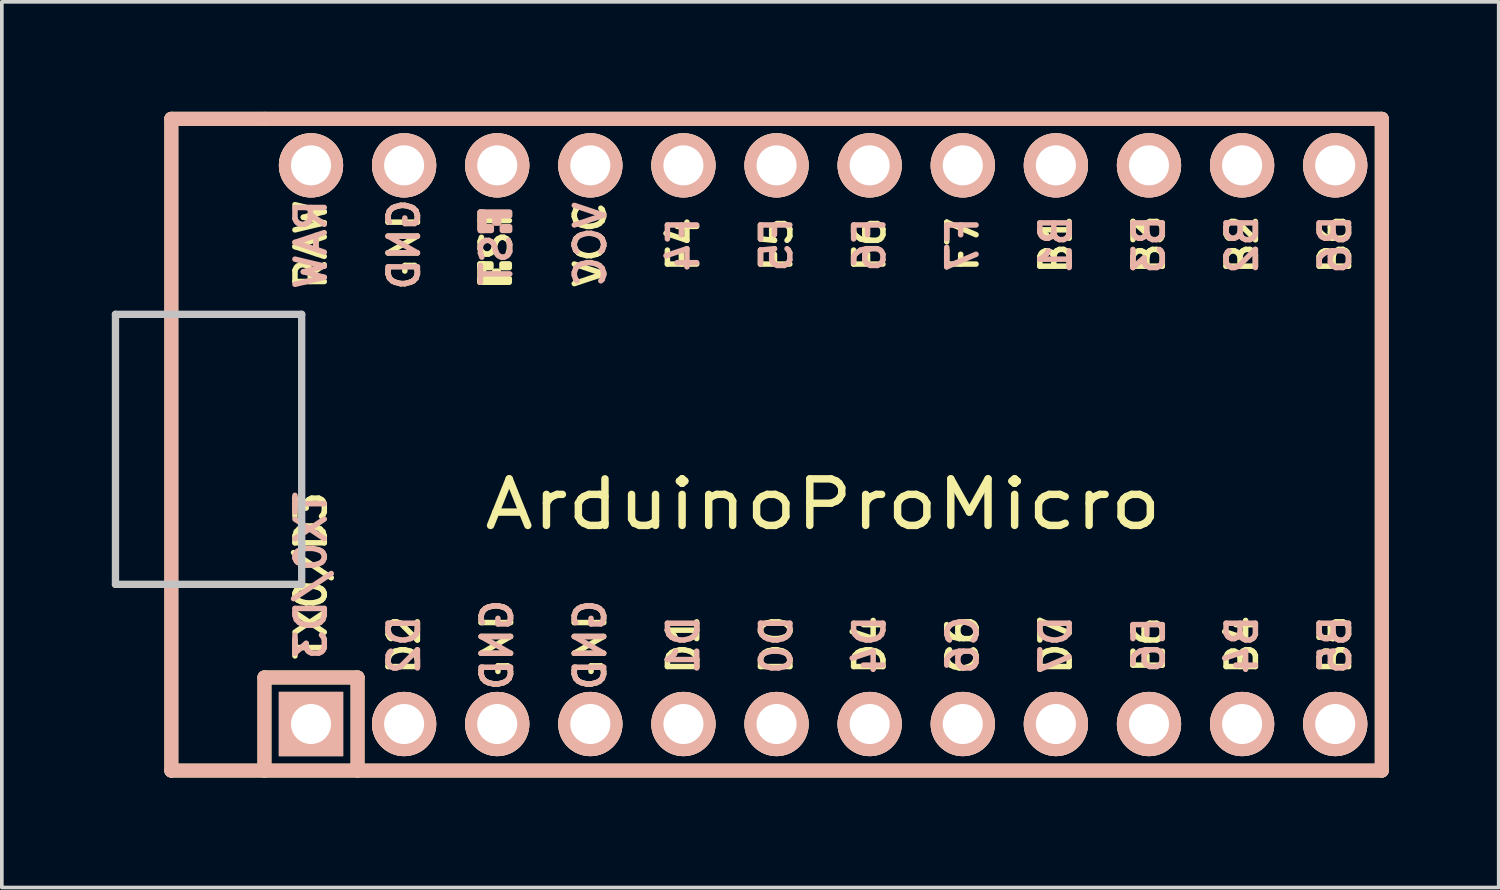
<source format=kicad_pcb>
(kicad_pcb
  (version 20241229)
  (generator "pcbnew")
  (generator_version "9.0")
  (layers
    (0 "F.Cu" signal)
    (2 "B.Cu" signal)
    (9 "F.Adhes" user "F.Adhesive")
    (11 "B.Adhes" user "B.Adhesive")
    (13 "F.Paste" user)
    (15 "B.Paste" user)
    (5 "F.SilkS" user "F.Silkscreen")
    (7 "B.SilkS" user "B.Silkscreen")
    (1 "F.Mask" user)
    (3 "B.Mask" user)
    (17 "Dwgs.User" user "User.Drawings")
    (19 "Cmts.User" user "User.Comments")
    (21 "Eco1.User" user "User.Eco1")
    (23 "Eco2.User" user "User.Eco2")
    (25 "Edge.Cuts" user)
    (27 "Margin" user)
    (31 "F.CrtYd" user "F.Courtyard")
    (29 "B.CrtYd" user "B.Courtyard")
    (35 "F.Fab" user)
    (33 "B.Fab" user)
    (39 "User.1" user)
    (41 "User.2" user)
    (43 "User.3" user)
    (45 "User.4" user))
  (footprint "ArduinoProMicro"
    (layer "F.Cu")
    (at 19.404 9.081)
    (property "Reference" "ArduinoProMicro" (at 0 1.625 0) (layer "F.SilkS") (effects (font (size 1.27 1.524) (thickness 0.203))))
    (attr through_hole)
    (fp_line (start -17.78 -8.89) (end -17.78 8.89) (stroke (width 0.381) (type solid)) (layer "F.SilkS"))
    (fp_line (start -17.78 8.89) (end -15.24 8.89) (stroke (width 0.381) (type solid)) (layer "F.SilkS"))
    (fp_line (start -15.24 -8.89) (end -17.78 -8.89) (stroke (width 0.381) (type solid)) (layer "F.SilkS"))
    (fp_line (start -15.24 6.35) (end -15.24 8.89) (stroke (width 0.381) (type solid)) (layer "F.SilkS"))
    (fp_line (start -15.24 6.35) (end -12.7 6.35) (stroke (width 0.381) (type solid)) (layer "F.SilkS"))
    (fp_line (start -15.24 8.89) (end 15.24 8.89) (stroke (width 0.381) (type solid)) (layer "F.SilkS"))
    (fp_line (start -12.7 6.35) (end -12.7 8.89) (stroke (width 0.381) (type solid)) (layer "F.SilkS"))
    (fp_line (start 15.24 -8.89) (end -15.24 -8.89) (stroke (width 0.381) (type solid)) (layer "F.SilkS"))
    (fp_line (start 15.24 8.89) (end 15.24 -8.89) (stroke (width 0.381) (type solid)) (layer "F.SilkS"))
    (fp_poly (pts (xy -9.361 -4.932) (xy -9.261 -4.932) (xy -9.261 -4.432) (xy -9.361 -4.432)) (stroke (width 0.15) (type solid)) (fill yes) (layer "F.SilkS"))
    (fp_poly (pts (xy -9.361 -4.932) (xy -9.061 -4.932) (xy -9.061 -4.832) (xy -9.361 -4.832)) (stroke (width 0.15) (type solid)) (fill yes) (layer "F.SilkS"))
    (fp_poly (pts (xy -9.361 -4.532) (xy -8.561 -4.532) (xy -8.561 -4.432) (xy -9.361 -4.432)) (stroke (width 0.15) (type solid)) (fill yes) (layer "F.SilkS"))
    (fp_poly (pts (xy -8.961 -4.732) (xy -8.861 -4.732) (xy -8.861 -4.632) (xy -8.961 -4.632)) (stroke (width 0.15) (type solid)) (fill yes) (layer "F.SilkS"))
    (fp_poly (pts (xy -8.761 -4.932) (xy -8.561 -4.932) (xy -8.561 -4.832) (xy -8.761 -4.832)) (stroke (width 0.15) (type solid)) (fill yes) (layer "F.SilkS"))
    (fp_line (start -17.78 -8.89) (end -17.78 8.89) (stroke (width 0.381) (type solid)) (layer "B.SilkS"))
    (fp_line (start -17.78 8.89) (end 15.24 8.89) (stroke (width 0.381) (type solid)) (layer "B.SilkS"))
    (fp_line (start -15.24 6.35) (end -15.24 8.89) (stroke (width 0.381) (type solid)) (layer "B.SilkS"))
    (fp_line (start -15.24 6.35) (end -12.7 6.35) (stroke (width 0.381) (type solid)) (layer "B.SilkS"))
    (fp_line (start -12.7 6.35) (end -12.7 8.89) (stroke (width 0.381) (type solid)) (layer "B.SilkS"))
    (fp_line (start 15.24 -8.89) (end -17.78 -8.89) (stroke (width 0.381) (type solid)) (layer "B.SilkS"))
    (fp_line (start 15.24 8.89) (end 15.24 -8.89) (stroke (width 0.381) (type solid)) (layer "B.SilkS"))
    (fp_poly (pts (xy -9.351 -6.245) (xy -8.551 -6.245) (xy -8.551 -6.345) (xy -9.351 -6.345)) (stroke (width 0.15) (type solid)) (fill yes) (layer "B.SilkS"))
    (fp_poly (pts (xy -9.351 -5.845) (xy -9.251 -5.845) (xy -9.251 -6.345) (xy -9.351 -6.345)) (stroke (width 0.15) (type solid)) (fill yes) (layer "B.SilkS"))
    (fp_poly (pts (xy -9.351 -5.845) (xy -9.051 -5.845) (xy -9.051 -5.945) (xy -9.351 -5.945)) (stroke (width 0.15) (type solid)) (fill yes) (layer "B.SilkS"))
    (fp_poly (pts (xy -8.951 -6.045) (xy -8.851 -6.045) (xy -8.851 -6.145) (xy -8.951 -6.145)) (stroke (width 0.15) (type solid)) (fill yes) (layer "B.SilkS"))
    (fp_poly (pts (xy -8.751 -5.845) (xy -8.551 -5.845) (xy -8.551 -5.945) (xy -8.751 -5.945)) (stroke (width 0.15) (type solid)) (fill yes) (layer "B.SilkS"))
    (fp_line (start -19.304 -3.556) (end -14.224 -3.556) (stroke (width 0.2) (type solid)) (layer "Dwgs.User"))
    (fp_line (start -19.304 3.81) (end -19.304 -3.556) (stroke (width 0.2) (type solid)) (layer "Dwgs.User"))
    (fp_line (start -14.224 -3.556) (end -14.224 3.81) (stroke (width 0.2) (type solid)) (layer "Dwgs.User"))
    (fp_line (start -14.224 3.81) (end -19.304 3.81) (stroke (width 0.2) (type solid)) (layer "Dwgs.User"))
    (fp_text user "D4" (at 1.27 5.461 90) (layer "F.SilkS") (effects (font (size 0.8 0.8) (thickness 0.15))))
    (fp_text user "F4" (at -3.81 -5.461 90) (layer "F.SilkS") (effects (font (size 0.8 0.8) (thickness 0.15))))
    (fp_text user "B4" (at 11.43 5.461 90) (layer "F.SilkS") (effects (font (size 0.8 0.8) (thickness 0.15))))
    (fp_text user "B5" (at 13.97 5.461 90) (layer "F.SilkS") (effects (font (size 0.8 0.8) (thickness 0.15))))
    (fp_text user "B2" (at 11.43 -5.461 90) (layer "F.SilkS") (effects (font (size 0.8 0.8) (thickness 0.15))))
    (fp_text user "D7" (at 6.35 5.461 90) (layer "F.SilkS") (effects (font (size 0.8 0.8) (thickness 0.15))))
    (fp_text user "B1" (at 6.35 -5.461 90) (layer "F.SilkS") (effects (font (size 0.8 0.8) (thickness 0.15))))
    (fp_text user "D2" (at -11.43 5.461 90) (layer "F.SilkS") (effects (font (size 0.8 0.8) (thickness 0.15))))
    (fp_text user "E6" (at 8.89 5.461 90) (layer "F.SilkS") (effects (font (size 0.8 0.8) (thickness 0.15))))
    (fp_text user "RAW" (at -13.97 -5.461 90) (layer "F.SilkS") (effects (font (size 0.8 0.8) (thickness 0.15))))
    (fp_text user "D1" (at -3.81 5.461 90) (layer "F.SilkS") (effects (font (size 0.8 0.8) (thickness 0.15))))
    (fp_text user "TX0/D3" (at -13.97 3.572 90) (layer "F.SilkS") (effects (font (size 0.8 0.8) (thickness 0.15))))
    (fp_text user "ST" (at -8.92 -5.733 90) (layer "F.SilkS") (effects (font (size 0.8 0.8) (thickness 0.15))))
    (fp_text user "D0" (at -1.27 5.461 90) (layer "F.SilkS") (effects (font (size 0.8 0.8) (thickness 0.15))))
    (fp_text user "GND" (at -6.35 5.461 90) (layer "F.SilkS") (effects (font (size 0.8 0.8) (thickness 0.15))))
    (fp_text user "C6" (at 3.81 5.461 90) (layer "F.SilkS") (effects (font (size 0.8 0.8) (thickness 0.15))))
    (fp_text user "F7" (at 3.81 -5.461 90) (layer "F.SilkS") (effects (font (size 0.8 0.8) (thickness 0.15))))
    (fp_text user "B6" (at 13.97 -5.461 90) (layer "F.SilkS") (effects (font (size 0.8 0.8) (thickness 0.15))))
    (fp_text user "B3" (at 8.89 -5.461 90) (layer "F.SilkS") (effects (font (size 0.8 0.8) (thickness 0.15))))
    (fp_text user "GND" (at -8.89 5.461 90) (layer "F.SilkS") (effects (font (size 0.8 0.8) (thickness 0.15))))
    (fp_text user "F5" (at -1.27 -5.461 90) (layer "F.SilkS") (effects (font (size 0.8 0.8) (thickness 0.15))))
    (fp_text user "VCC" (at -6.35 -5.461 90) (layer "F.SilkS") (effects (font (size 0.8 0.8) (thickness 0.15))))
    (fp_text user "F6" (at 1.27 -5.461 90) (layer "F.SilkS") (effects (font (size 0.8 0.8) (thickness 0.15))))
    (fp_text user "GND" (at -11.43 -5.461 90) (layer "F.SilkS") (effects (font (size 0.8 0.8) (thickness 0.15))))
    (fp_text user "F6" (at 1.27 -5.461 90) (layer "B.SilkS") (effects (font (size 0.8 0.8) (thickness 0.15)) (justify mirror)))
    (fp_text user "ST" (at -8.91 -5.04 90) (layer "B.SilkS") (effects (font (size 0.8 0.8) (thickness 0.15)) (justify mirror)))
    (fp_text user "D0" (at -1.27 5.461 90) (layer "B.SilkS") (effects (font (size 0.8 0.8) (thickness 0.15)) (justify mirror)))
    (fp_text user "B1" (at 6.35 -5.461 90) (layer "B.SilkS") (effects (font (size 0.8 0.8) (thickness 0.15)) (justify mirror)))
    (fp_text user "E6" (at 8.89 5.461 90) (layer "B.SilkS") (effects (font (size 0.8 0.8) (thickness 0.15)) (justify mirror)))
    (fp_text user "B3" (at 8.89 -5.461 90) (layer "B.SilkS") (effects (font (size 0.8 0.8) (thickness 0.15)) (justify mirror)))
    (fp_text user "GND" (at -6.35 5.461 90) (layer "B.SilkS") (effects (font (size 0.8 0.8) (thickness 0.15)) (justify mirror)))
    (fp_text user "D4" (at 1.27 5.461 90) (layer "B.SilkS") (effects (font (size 0.8 0.8) (thickness 0.15)) (justify mirror)))
    (fp_text user "B2" (at 11.43 -5.461 90) (layer "B.SilkS") (effects (font (size 0.8 0.8) (thickness 0.15)) (justify mirror)))
    (fp_text user "F7" (at 3.81 -5.461 90) (layer "B.SilkS") (effects (font (size 0.8 0.8) (thickness 0.15)) (justify mirror)))
    (fp_text user "F4" (at -3.81 -5.461 90) (layer "B.SilkS") (effects (font (size 0.8 0.8) (thickness 0.15)) (justify mirror)))
    (fp_text user "B6" (at 13.97 -5.461 90) (layer "B.SilkS") (effects (font (size 0.8 0.8) (thickness 0.15)) (justify mirror)))
    (fp_text user "TX0/D3" (at -13.97 3.572 90) (layer "B.SilkS") (effects (font (size 0.8 0.8) (thickness 0.15)) (justify mirror)))
    (fp_text user "F5" (at -1.27 -5.461 90) (layer "B.SilkS") (effects (font (size 0.8 0.8) (thickness 0.15)) (justify mirror)))
    (fp_text user "B5" (at 13.97 5.461 90) (layer "B.SilkS") (effects (font (size 0.8 0.8) (thickness 0.15)) (justify mirror)))
    (fp_text user "VCC" (at -6.35 -5.461 90) (layer "B.SilkS") (effects (font (size 0.8 0.8) (thickness 0.15)) (justify mirror)))
    (fp_text user "D1" (at -3.81 5.461 90) (layer "B.SilkS") (effects (font (size 0.8 0.8) (thickness 0.15)) (justify mirror)))
    (fp_text user "GND" (at -11.43 -5.461 90) (layer "B.SilkS") (effects (font (size 0.8 0.8) (thickness 0.15)) (justify mirror)))
    (fp_text user "B4" (at 11.43 5.461 90) (layer "B.SilkS") (effects (font (size 0.8 0.8) (thickness 0.15)) (justify mirror)))
    (fp_text user "D2" (at -11.43 5.461 90) (layer "B.SilkS") (effects (font (size 0.8 0.8) (thickness 0.15)) (justify mirror)))
    (fp_text user "RAW" (at -13.97 -5.461 90) (layer "B.SilkS") (effects (font (size 0.8 0.8) (thickness 0.15)) (justify mirror)))
    (fp_text user "D7" (at 6.35 5.461 90) (layer "B.SilkS") (effects (font (size 0.8 0.8) (thickness 0.15)) (justify mirror)))
    (fp_text user "GND" (at -8.89 5.461 90) (layer "B.SilkS") (effects (font (size 0.8 0.8) (thickness 0.15)) (justify mirror)))
    (fp_text user "C6" (at 3.81 5.461 90) (layer "B.SilkS") (effects (font (size 0.8 0.8) (thickness 0.15)) (justify mirror)))
    (pad "1" thru_hole rect (at -13.97 7.62) (size 1.753 1.753) (drill 1.092) (layers "*.Cu" "*.SilkS" "*.Mask"))
    (pad "1" thru_hole circle (at 8.89 7.62) (size 1.753 1.753) (drill 1.092) (layers "*.Cu" "*.SilkS" "*.Mask"))
    (pad "2" thru_hole circle (at -11.43 7.62) (size 1.753 1.753) (drill 1.092) (layers "*.Cu" "*.SilkS" "*.Mask"))
    (pad "9" thru_hole circle (at 6.35 -7.62) (size 1.753 1.753) (drill 1.092) (layers "*.Cu" "*.SilkS" "*.Mask"))
    (pad "10" thru_hole circle (at 11.43 -7.62) (size 1.753 1.753) (drill 1.092) (layers "*.Cu" "*.SilkS" "*.Mask"))
    (pad "11" thru_hole circle (at 8.89 -7.62) (size 1.753 1.753) (drill 1.092) (layers "*.Cu" "*.SilkS" "*.Mask"))
    (pad "15" thru_hole circle (at -11.43 -7.62) (size 1.753 1.753) (drill 1.092) (layers "*.Cu" "*.SilkS" "*.Mask"))
    (pad "15" thru_hole circle (at -8.89 7.62) (size 1.753 1.753) (drill 1.092) (layers "*.Cu" "*.SilkS" "*.Mask"))
    (pad "15" thru_hole circle (at -6.35 7.62) (size 1.753 1.753) (drill 1.092) (layers "*.Cu" "*.SilkS" "*.Mask"))
    (pad "18" thru_hole circle (at -1.27 7.62) (size 1.753 1.753) (drill 1.092) (layers "*.Cu" "*.SilkS" "*.Mask"))
    (pad "19" thru_hole circle (at -3.81 7.62) (size 1.753 1.753) (drill 1.092) (layers "*.Cu" "*.SilkS" "*.Mask"))
    (pad "21" thru_hole circle (at -6.35 -7.62) (size 1.753 1.753) (drill 1.092) (layers "*.Cu" "*.SilkS" "*.Mask"))
    (pad "22" thru_hole circle (at -8.89 -7.62) (size 1.753 1.753) (drill 1.092) (layers "*.Cu" "*.SilkS" "*.Mask"))
    (pad "24" thru_hole circle (at -13.97 -7.62) (size 1.753 1.753) (drill 1.092) (layers "*.Cu" "*.SilkS" "*.Mask"))
    (pad "25" thru_hole circle (at 1.27 7.62) (size 1.753 1.753) (drill 1.092) (layers "*.Cu" "*.SilkS" "*.Mask"))
    (pad "27" thru_hole circle (at 6.35 7.62) (size 1.753 1.753) (drill 1.092) (layers "*.Cu" "*.SilkS" "*.Mask"))
    (pad "28" thru_hole circle (at 11.43 7.62) (size 1.753 1.753) (drill 1.092) (layers "*.Cu" "*.SilkS" "*.Mask"))
    (pad "29" thru_hole circle (at 13.97 7.62) (size 1.753 1.753) (drill 1.092) (layers "*.Cu" "*.SilkS" "*.Mask"))
    (pad "30" thru_hole circle (at 13.97 -7.62) (size 1.753 1.753) (drill 1.092) (layers "*.Cu" "*.SilkS" "*.Mask"))
    (pad "31" thru_hole circle (at 3.81 7.62) (size 1.753 1.753) (drill 1.092) (layers "*.Cu" "*.SilkS" "*.Mask"))
    (pad "37" thru_hole circle (at 1.27 -7.62) (size 1.753 1.753) (drill 1.092) (layers "*.Cu" "*.SilkS" "*.Mask"))
    (pad "38" thru_hole circle (at -1.27 -7.62) (size 1.753 1.753) (drill 1.092) (layers "*.Cu" "*.SilkS" "*.Mask"))
    (pad "38" thru_hole circle (at 3.81 -7.62) (size 1.753 1.753) (drill 1.092) (layers "*.Cu" "*.SilkS" "*.Mask"))
    (pad "39" thru_hole circle (at -3.81 -7.62) (size 1.753 1.753) (drill 1.092) (layers "*.Cu" "*.SilkS" "*.Mask")))
  (gr_rect
    (start -3 -3)
    (end 37.834 21.161)
    (stroke (width 0.1) (type default))
    (fill no)
    (layer "Edge.Cuts")))
</source>
